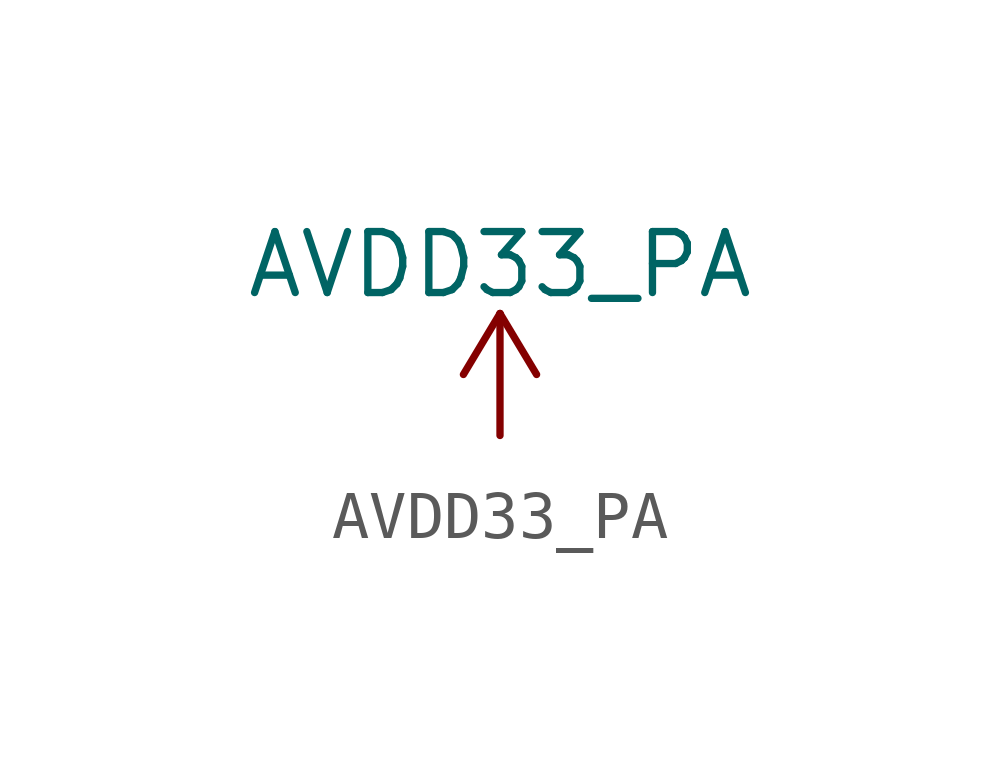
<source format=kicad_sym>
(kicad_symbol_lib
  (version 20211014)
  (generator kicad_symbol_editor)
  (symbol "AVDD33_PA"
    (power)
    (pin_names
      (offset 0))
    (property "Reference" "#PWR"
      (at 0 -3.81 0)
      (effects (font (size 1.27 1.27)) hide))
    (property "Value" "AVDD33_PA"
      (at 0 3.556 0)
      (effects (font (size 1.27 1.27))))
    (symbol "AVDD33_PA_0_1"
      (polyline (pts (xy -0.762 1.27) (xy 0 2.54)) (stroke (width 0) (type default) (color 0 0 0 0)) (fill (type none)))
      (polyline (pts (xy 0 0) (xy 0 2.54)) (stroke (width 0) (type default) (color 0 0 0 0)) (fill (type none)))
      (polyline (pts (xy 0 2.54) (xy 0.762 1.27)) (stroke (width 0) (type default) (color 0 0 0 0)) (fill (type none))))
    (symbol "AVDD33_PA_1_1"
      (pin power_in line (at 0 0 90) (length 0) hide (name "AVDD33_PA" (effects (font (size 1.27 1.27)))) (number "1" (effects (font (size 1.27 1.27))))))))
</source>
